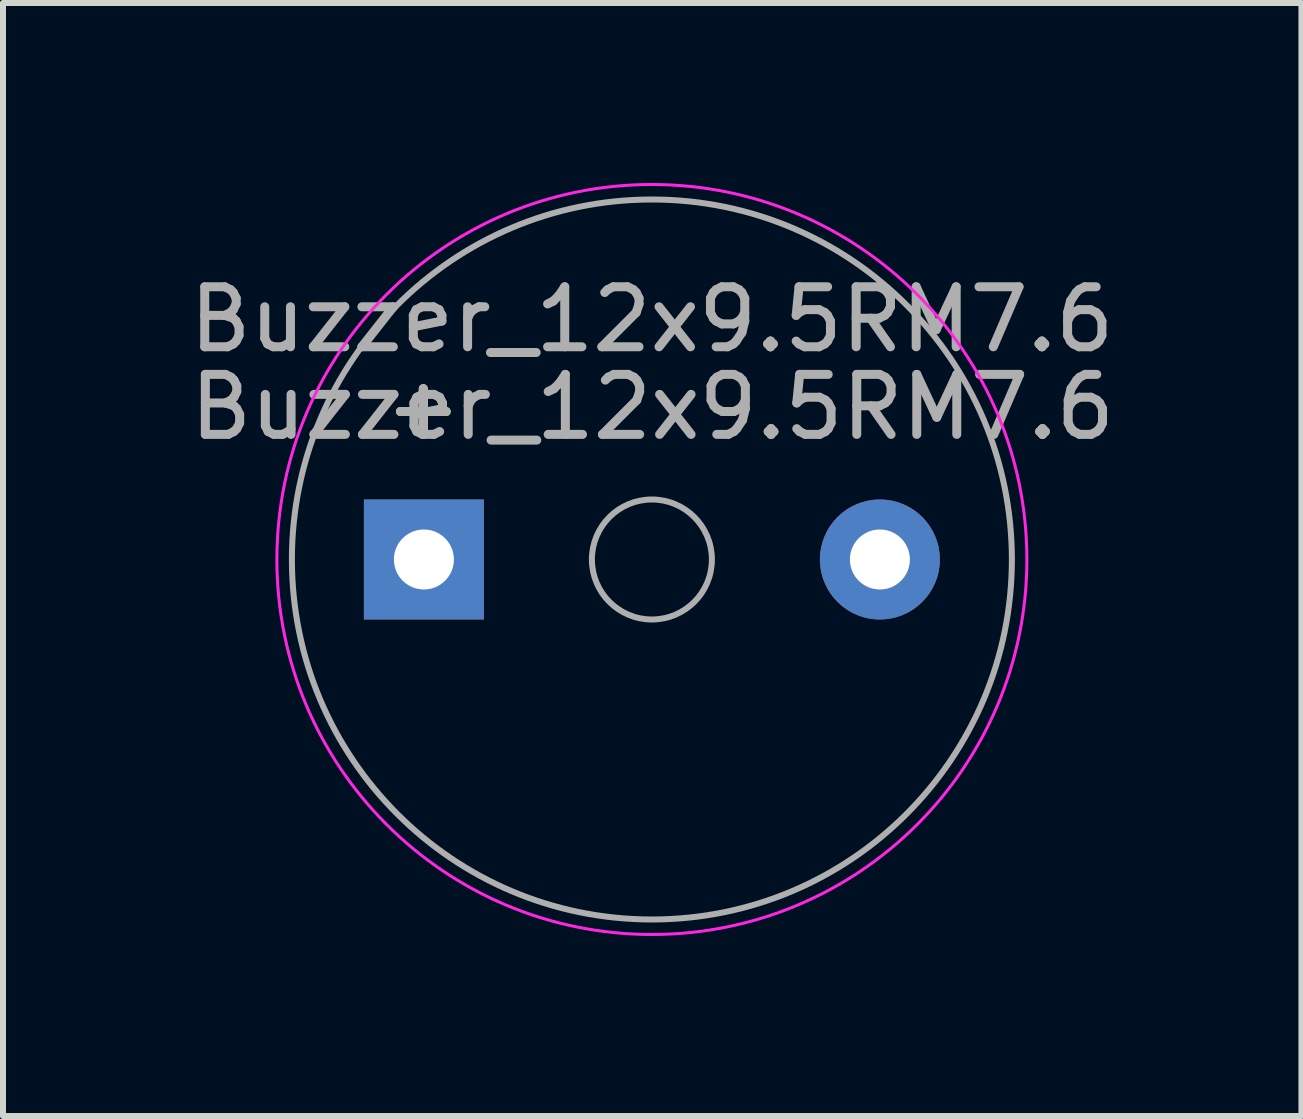
<source format=kicad_pcb>
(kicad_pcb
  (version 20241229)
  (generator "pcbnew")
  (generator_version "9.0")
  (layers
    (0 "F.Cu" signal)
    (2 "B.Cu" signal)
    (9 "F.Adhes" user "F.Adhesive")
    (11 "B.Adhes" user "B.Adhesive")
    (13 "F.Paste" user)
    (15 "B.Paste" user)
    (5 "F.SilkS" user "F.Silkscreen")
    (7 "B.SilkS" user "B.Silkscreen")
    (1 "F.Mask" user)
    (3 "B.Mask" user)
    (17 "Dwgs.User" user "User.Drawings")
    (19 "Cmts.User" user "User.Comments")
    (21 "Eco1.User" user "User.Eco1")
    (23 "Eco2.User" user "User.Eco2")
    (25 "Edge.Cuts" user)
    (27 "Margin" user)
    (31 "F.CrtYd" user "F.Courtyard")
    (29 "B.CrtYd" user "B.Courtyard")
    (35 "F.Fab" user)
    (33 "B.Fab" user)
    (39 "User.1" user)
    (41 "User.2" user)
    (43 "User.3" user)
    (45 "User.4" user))
  (footprint "Buzzer_12x9.5RM7.6"
    (layer "F.Cu")
    (at 4.015 6.275)
    (property "Reference" "Buzzer_12x9.5RM7.6" (at 3.81 -2.54 180) (layer "F.Fab") (effects (font (size 1 1) (thickness 0.15))))
    (attr through_hole)
    (fp_circle (center 3.8 0) (end 10.05 0) (stroke (width 0.05) (type solid)) (fill no) (layer "F.CrtYd"))
    (fp_circle (center 3.8 0) (end 4.8 0) (stroke (width 0.1) (type solid)) (fill no) (layer "F.Fab"))
    (fp_circle (center 3.8 0) (end 9.8 0) (stroke (width 0.1) (type solid)) (fill no) (layer "F.Fab"))
    (fp_text user "+" (at -0.01 -2.54 180) (layer "F.SilkS") (effects (font (size 1 1) (thickness 0.15))))
    (fp_text user "${REFERENCE}" (at 3.8 -4 180) (layer "F.Fab") (effects (font (size 1 1) (thickness 0.15))))
    (fp_text user "+" (at -0.01 -2.54 180) (layer "F.Fab") (effects (font (size 1 1) (thickness 0.15))))
    (pad "1" thru_hole rect (at 0 0) (size 2 2) (drill 1) (layers "*.Cu" "*.Mask"))
    (pad "2" thru_hole circle (at 7.6 0) (size 2 2) (drill 1) (layers "*.Cu" "*.Mask")))
  (gr_rect
    (start -3 -3)
    (end 18.641 15.55)
    (stroke (width 0.1) (type default))
    (fill no)
    (layer "Edge.Cuts")))
</source>
